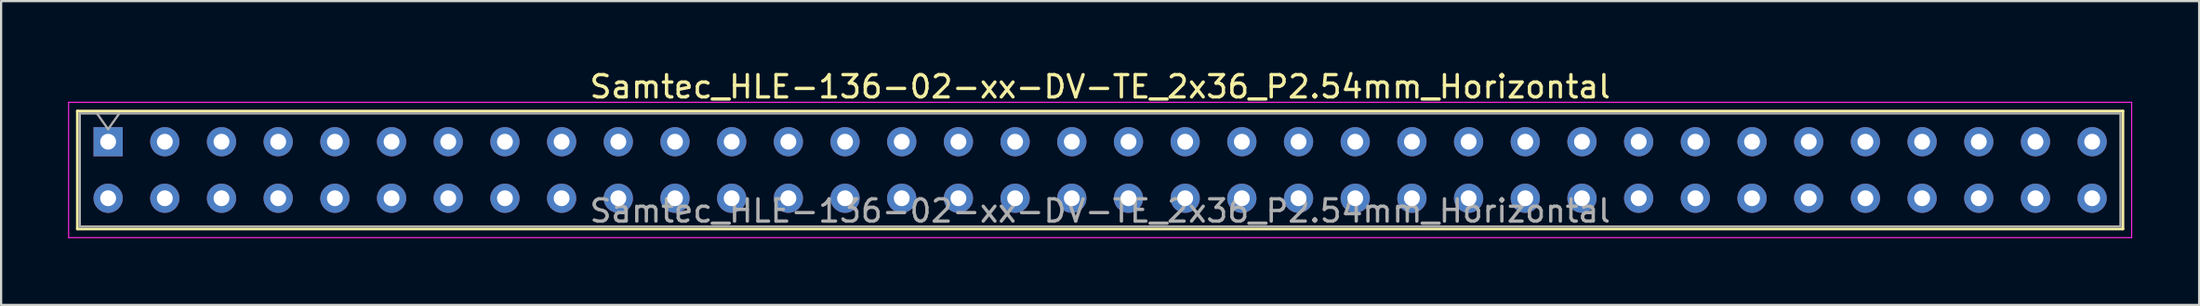
<source format=kicad_pcb>
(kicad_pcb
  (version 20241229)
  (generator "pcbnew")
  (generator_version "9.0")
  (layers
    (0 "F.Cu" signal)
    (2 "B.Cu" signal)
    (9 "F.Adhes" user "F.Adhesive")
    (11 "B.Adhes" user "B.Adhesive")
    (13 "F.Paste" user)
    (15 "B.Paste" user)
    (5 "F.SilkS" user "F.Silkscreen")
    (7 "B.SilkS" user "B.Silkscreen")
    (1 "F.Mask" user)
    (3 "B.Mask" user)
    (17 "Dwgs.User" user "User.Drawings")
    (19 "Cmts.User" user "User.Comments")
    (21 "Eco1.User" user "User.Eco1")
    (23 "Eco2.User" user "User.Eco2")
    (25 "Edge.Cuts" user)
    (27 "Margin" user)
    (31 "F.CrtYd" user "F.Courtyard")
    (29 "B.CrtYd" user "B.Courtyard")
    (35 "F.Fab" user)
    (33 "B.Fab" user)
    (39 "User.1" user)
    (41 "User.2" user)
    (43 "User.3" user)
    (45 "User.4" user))
  (footprint "Samtec_HLE-136-02-xx-DV-TE_2x36_P2.54mm_Horizontal"
    (layer "F.Cu")
    (at 1.795 3.318)
    (property "Reference" "Samtec_HLE-136-02-xx-DV-TE_2x36_P2.54mm_Horizontal" (at 44.45 -2.47 0) (layer "F.SilkS") (effects (font (size 1 1) (thickness 0.15))))
    (attr through_hole)
    (fp_line (start -1.38 -1.38) (end 90.28 -1.38) (stroke (width 0.12) (type solid)) (layer "F.SilkS"))
    (fp_line (start -1.38 3.92) (end -1.38 -1.38) (stroke (width 0.12) (type solid)) (layer "F.SilkS"))
    (fp_line (start 90.28 -1.38) (end 90.28 3.92) (stroke (width 0.12) (type solid)) (layer "F.SilkS"))
    (fp_line (start 90.28 3.92) (end -1.38 3.92) (stroke (width 0.12) (type solid)) (layer "F.SilkS"))
    (fp_line (start -1.77 -1.77) (end 90.67 -1.77) (stroke (width 0.05) (type solid)) (layer "F.CrtYd"))
    (fp_line (start -1.77 4.31) (end -1.77 -1.77) (stroke (width 0.05) (type solid)) (layer "F.CrtYd"))
    (fp_line (start 90.67 -1.77) (end 90.67 4.31) (stroke (width 0.05) (type solid)) (layer "F.CrtYd"))
    (fp_line (start 90.67 4.31) (end -1.77 4.31) (stroke (width 0.05) (type solid)) (layer "F.CrtYd"))
    (fp_line (start -1.27 -1.27) (end 90.17 -1.27) (stroke (width 0.1) (type solid)) (layer "F.Fab"))
    (fp_line (start -1.27 3.81) (end -1.27 -1.27) (stroke (width 0.1) (type solid)) (layer "F.Fab"))
    (fp_line (start -0.5 -1.27) (end 0 -0.563) (stroke (width 0.1) (type solid)) (layer "F.Fab"))
    (fp_line (start 0 -0.563) (end 0.5 -1.27) (stroke (width 0.1) (type solid)) (layer "F.Fab"))
    (fp_line (start 90.17 -1.27) (end 90.17 3.81) (stroke (width 0.1) (type solid)) (layer "F.Fab"))
    (fp_line (start 90.17 3.81) (end -1.27 3.81) (stroke (width 0.1) (type solid)) (layer "F.Fab"))
    (fp_text user "${REFERENCE}" (at 44.45 3.11 0) (layer "F.Fab") (effects (font (size 1 1) (thickness 0.15))))
    (pad "1" thru_hole rect (at 0 0) (size 1.31 1.31) (drill 0.71) (layers "*.Cu" "*.Mask"))
    (pad "2" thru_hole circle (at 0 2.54) (size 1.31 1.31) (drill 0.71) (layers "*.Cu" "*.Mask"))
    (pad "3" thru_hole circle (at 2.54 0) (size 1.31 1.31) (drill 0.71) (layers "*.Cu" "*.Mask"))
    (pad "4" thru_hole circle (at 2.54 2.54) (size 1.31 1.31) (drill 0.71) (layers "*.Cu" "*.Mask"))
    (pad "5" thru_hole circle (at 5.08 0) (size 1.31 1.31) (drill 0.71) (layers "*.Cu" "*.Mask"))
    (pad "6" thru_hole circle (at 5.08 2.54) (size 1.31 1.31) (drill 0.71) (layers "*.Cu" "*.Mask"))
    (pad "7" thru_hole circle (at 7.62 0) (size 1.31 1.31) (drill 0.71) (layers "*.Cu" "*.Mask"))
    (pad "8" thru_hole circle (at 7.62 2.54) (size 1.31 1.31) (drill 0.71) (layers "*.Cu" "*.Mask"))
    (pad "9" thru_hole circle (at 10.16 0) (size 1.31 1.31) (drill 0.71) (layers "*.Cu" "*.Mask"))
    (pad "10" thru_hole circle (at 10.16 2.54) (size 1.31 1.31) (drill 0.71) (layers "*.Cu" "*.Mask"))
    (pad "11" thru_hole circle (at 12.7 0) (size 1.31 1.31) (drill 0.71) (layers "*.Cu" "*.Mask"))
    (pad "12" thru_hole circle (at 12.7 2.54) (size 1.31 1.31) (drill 0.71) (layers "*.Cu" "*.Mask"))
    (pad "13" thru_hole circle (at 15.24 0) (size 1.31 1.31) (drill 0.71) (layers "*.Cu" "*.Mask"))
    (pad "14" thru_hole circle (at 15.24 2.54) (size 1.31 1.31) (drill 0.71) (layers "*.Cu" "*.Mask"))
    (pad "15" thru_hole circle (at 17.78 0) (size 1.31 1.31) (drill 0.71) (layers "*.Cu" "*.Mask"))
    (pad "16" thru_hole circle (at 17.78 2.54) (size 1.31 1.31) (drill 0.71) (layers "*.Cu" "*.Mask"))
    (pad "17" thru_hole circle (at 20.32 0) (size 1.31 1.31) (drill 0.71) (layers "*.Cu" "*.Mask"))
    (pad "18" thru_hole circle (at 20.32 2.54) (size 1.31 1.31) (drill 0.71) (layers "*.Cu" "*.Mask"))
    (pad "19" thru_hole circle (at 22.86 0) (size 1.31 1.31) (drill 0.71) (layers "*.Cu" "*.Mask"))
    (pad "20" thru_hole circle (at 22.86 2.54) (size 1.31 1.31) (drill 0.71) (layers "*.Cu" "*.Mask"))
    (pad "21" thru_hole circle (at 25.4 0) (size 1.31 1.31) (drill 0.71) (layers "*.Cu" "*.Mask"))
    (pad "22" thru_hole circle (at 25.4 2.54) (size 1.31 1.31) (drill 0.71) (layers "*.Cu" "*.Mask"))
    (pad "23" thru_hole circle (at 27.94 0) (size 1.31 1.31) (drill 0.71) (layers "*.Cu" "*.Mask"))
    (pad "24" thru_hole circle (at 27.94 2.54) (size 1.31 1.31) (drill 0.71) (layers "*.Cu" "*.Mask"))
    (pad "25" thru_hole circle (at 30.48 0) (size 1.31 1.31) (drill 0.71) (layers "*.Cu" "*.Mask"))
    (pad "26" thru_hole circle (at 30.48 2.54) (size 1.31 1.31) (drill 0.71) (layers "*.Cu" "*.Mask"))
    (pad "27" thru_hole circle (at 33.02 0) (size 1.31 1.31) (drill 0.71) (layers "*.Cu" "*.Mask"))
    (pad "28" thru_hole circle (at 33.02 2.54) (size 1.31 1.31) (drill 0.71) (layers "*.Cu" "*.Mask"))
    (pad "29" thru_hole circle (at 35.56 0) (size 1.31 1.31) (drill 0.71) (layers "*.Cu" "*.Mask"))
    (pad "30" thru_hole circle (at 35.56 2.54) (size 1.31 1.31) (drill 0.71) (layers "*.Cu" "*.Mask"))
    (pad "31" thru_hole circle (at 38.1 0) (size 1.31 1.31) (drill 0.71) (layers "*.Cu" "*.Mask"))
    (pad "32" thru_hole circle (at 38.1 2.54) (size 1.31 1.31) (drill 0.71) (layers "*.Cu" "*.Mask"))
    (pad "33" thru_hole circle (at 40.64 0) (size 1.31 1.31) (drill 0.71) (layers "*.Cu" "*.Mask"))
    (pad "34" thru_hole circle (at 40.64 2.54) (size 1.31 1.31) (drill 0.71) (layers "*.Cu" "*.Mask"))
    (pad "35" thru_hole circle (at 43.18 0) (size 1.31 1.31) (drill 0.71) (layers "*.Cu" "*.Mask"))
    (pad "36" thru_hole circle (at 43.18 2.54) (size 1.31 1.31) (drill 0.71) (layers "*.Cu" "*.Mask"))
    (pad "37" thru_hole circle (at 45.72 0) (size 1.31 1.31) (drill 0.71) (layers "*.Cu" "*.Mask"))
    (pad "38" thru_hole circle (at 45.72 2.54) (size 1.31 1.31) (drill 0.71) (layers "*.Cu" "*.Mask"))
    (pad "39" thru_hole circle (at 48.26 0) (size 1.31 1.31) (drill 0.71) (layers "*.Cu" "*.Mask"))
    (pad "40" thru_hole circle (at 48.26 2.54) (size 1.31 1.31) (drill 0.71) (layers "*.Cu" "*.Mask"))
    (pad "41" thru_hole circle (at 50.8 0) (size 1.31 1.31) (drill 0.71) (layers "*.Cu" "*.Mask"))
    (pad "42" thru_hole circle (at 50.8 2.54) (size 1.31 1.31) (drill 0.71) (layers "*.Cu" "*.Mask"))
    (pad "43" thru_hole circle (at 53.34 0) (size 1.31 1.31) (drill 0.71) (layers "*.Cu" "*.Mask"))
    (pad "44" thru_hole circle (at 53.34 2.54) (size 1.31 1.31) (drill 0.71) (layers "*.Cu" "*.Mask"))
    (pad "45" thru_hole circle (at 55.88 0) (size 1.31 1.31) (drill 0.71) (layers "*.Cu" "*.Mask"))
    (pad "46" thru_hole circle (at 55.88 2.54) (size 1.31 1.31) (drill 0.71) (layers "*.Cu" "*.Mask"))
    (pad "47" thru_hole circle (at 58.42 0) (size 1.31 1.31) (drill 0.71) (layers "*.Cu" "*.Mask"))
    (pad "48" thru_hole circle (at 58.42 2.54) (size 1.31 1.31) (drill 0.71) (layers "*.Cu" "*.Mask"))
    (pad "49" thru_hole circle (at 60.96 0) (size 1.31 1.31) (drill 0.71) (layers "*.Cu" "*.Mask"))
    (pad "50" thru_hole circle (at 60.96 2.54) (size 1.31 1.31) (drill 0.71) (layers "*.Cu" "*.Mask"))
    (pad "51" thru_hole circle (at 63.5 0) (size 1.31 1.31) (drill 0.71) (layers "*.Cu" "*.Mask"))
    (pad "52" thru_hole circle (at 63.5 2.54) (size 1.31 1.31) (drill 0.71) (layers "*.Cu" "*.Mask"))
    (pad "53" thru_hole circle (at 66.04 0) (size 1.31 1.31) (drill 0.71) (layers "*.Cu" "*.Mask"))
    (pad "54" thru_hole circle (at 66.04 2.54) (size 1.31 1.31) (drill 0.71) (layers "*.Cu" "*.Mask"))
    (pad "55" thru_hole circle (at 68.58 0) (size 1.31 1.31) (drill 0.71) (layers "*.Cu" "*.Mask"))
    (pad "56" thru_hole circle (at 68.58 2.54) (size 1.31 1.31) (drill 0.71) (layers "*.Cu" "*.Mask"))
    (pad "57" thru_hole circle (at 71.12 0) (size 1.31 1.31) (drill 0.71) (layers "*.Cu" "*.Mask"))
    (pad "58" thru_hole circle (at 71.12 2.54) (size 1.31 1.31) (drill 0.71) (layers "*.Cu" "*.Mask"))
    (pad "59" thru_hole circle (at 73.66 0) (size 1.31 1.31) (drill 0.71) (layers "*.Cu" "*.Mask"))
    (pad "60" thru_hole circle (at 73.66 2.54) (size 1.31 1.31) (drill 0.71) (layers "*.Cu" "*.Mask"))
    (pad "61" thru_hole circle (at 76.2 0) (size 1.31 1.31) (drill 0.71) (layers "*.Cu" "*.Mask"))
    (pad "62" thru_hole circle (at 76.2 2.54) (size 1.31 1.31) (drill 0.71) (layers "*.Cu" "*.Mask"))
    (pad "63" thru_hole circle (at 78.74 0) (size 1.31 1.31) (drill 0.71) (layers "*.Cu" "*.Mask"))
    (pad "64" thru_hole circle (at 78.74 2.54) (size 1.31 1.31) (drill 0.71) (layers "*.Cu" "*.Mask"))
    (pad "65" thru_hole circle (at 81.28 0) (size 1.31 1.31) (drill 0.71) (layers "*.Cu" "*.Mask"))
    (pad "66" thru_hole circle (at 81.28 2.54) (size 1.31 1.31) (drill 0.71) (layers "*.Cu" "*.Mask"))
    (pad "67" thru_hole circle (at 83.82 0) (size 1.31 1.31) (drill 0.71) (layers "*.Cu" "*.Mask"))
    (pad "68" thru_hole circle (at 83.82 2.54) (size 1.31 1.31) (drill 0.71) (layers "*.Cu" "*.Mask"))
    (pad "69" thru_hole circle (at 86.36 0) (size 1.31 1.31) (drill 0.71) (layers "*.Cu" "*.Mask"))
    (pad "70" thru_hole circle (at 86.36 2.54) (size 1.31 1.31) (drill 0.71) (layers "*.Cu" "*.Mask"))
    (pad "71" thru_hole circle (at 88.9 0) (size 1.31 1.31) (drill 0.71) (layers "*.Cu" "*.Mask"))
    (pad "72" thru_hole circle (at 88.9 2.54) (size 1.31 1.31) (drill 0.71) (layers "*.Cu" "*.Mask")))
  (gr_rect
    (start -3 -3)
    (end 95.49 10.653)
    (stroke (width 0.1) (type default))
    (fill no)
    (layer "Edge.Cuts")))
</source>
